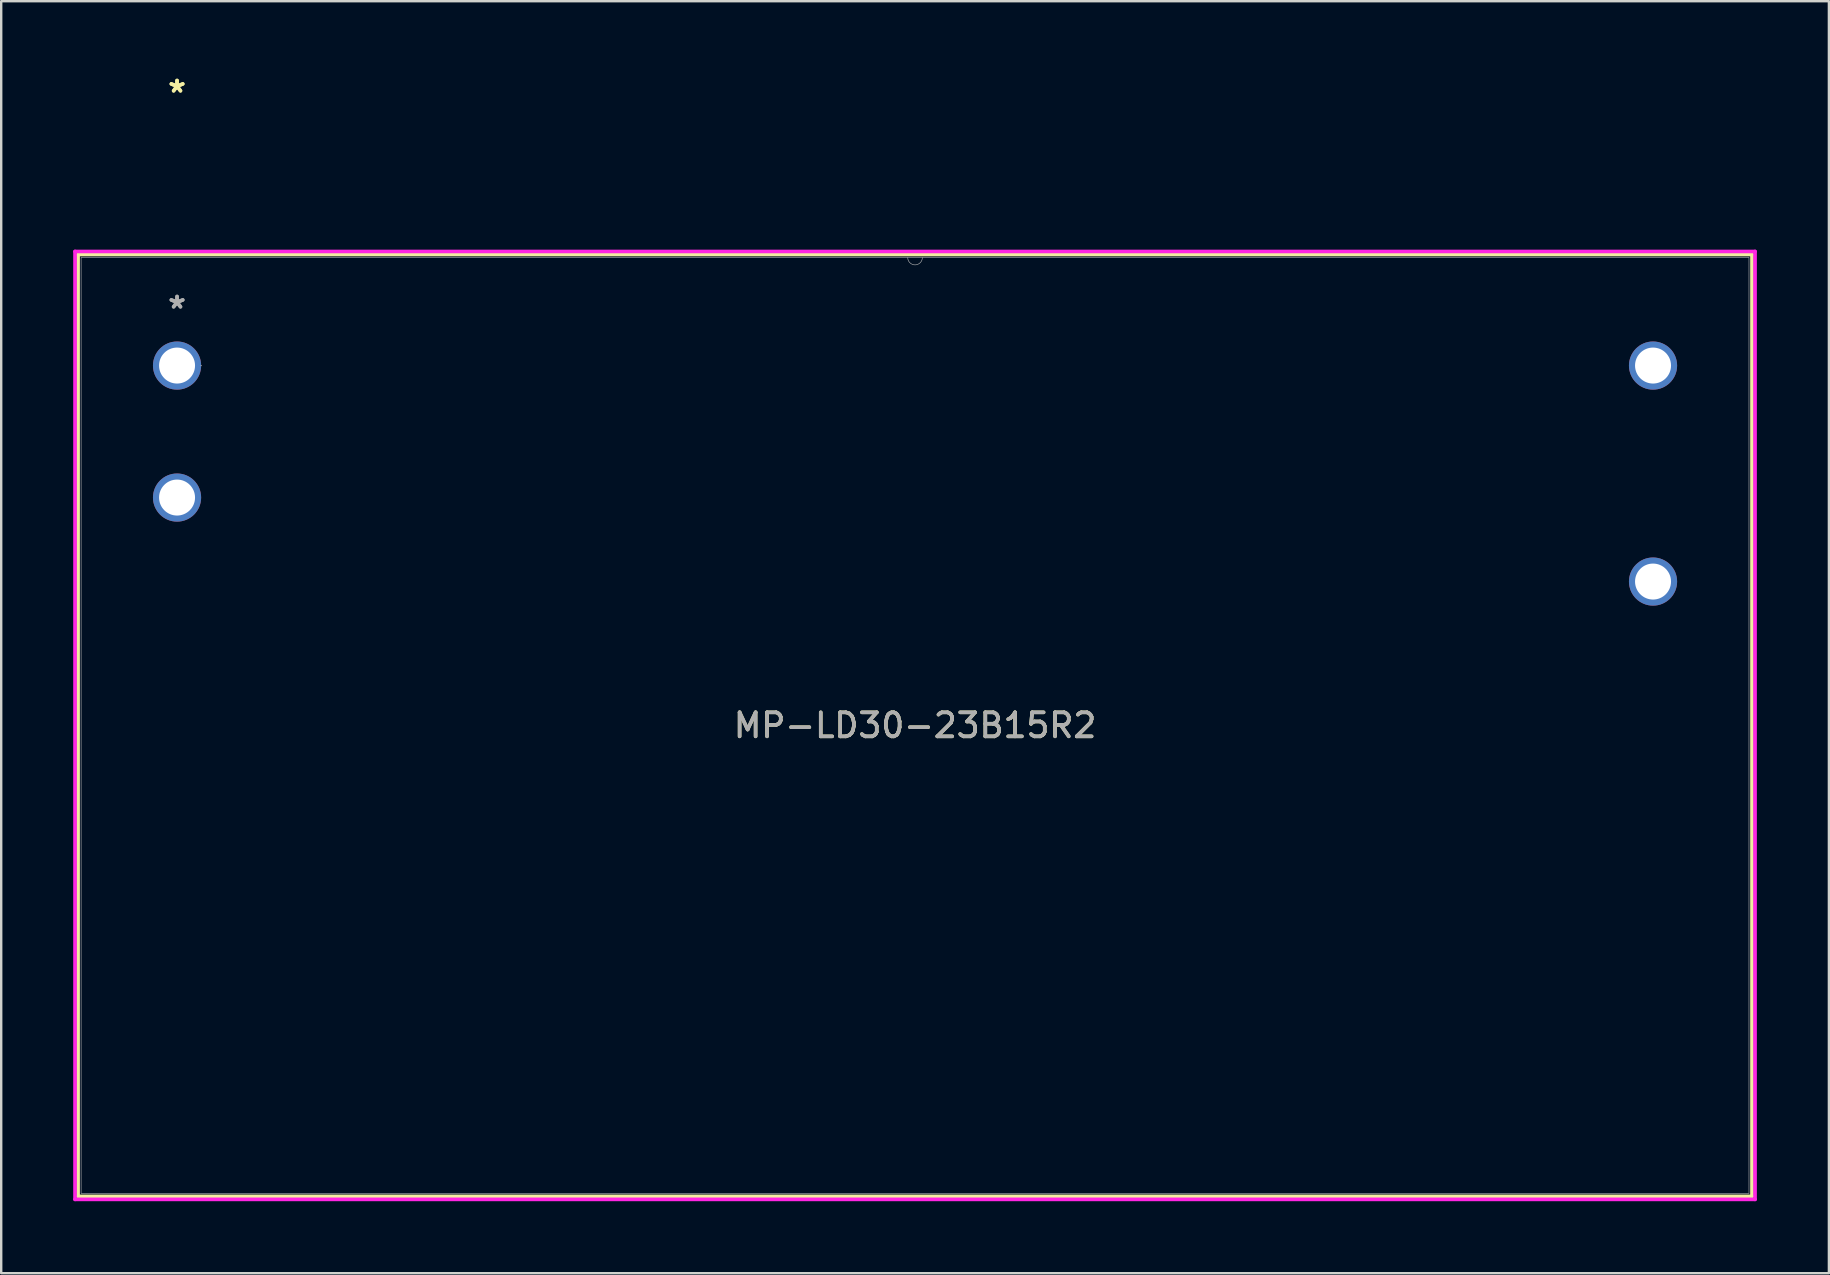
<source format=kicad_pcb>
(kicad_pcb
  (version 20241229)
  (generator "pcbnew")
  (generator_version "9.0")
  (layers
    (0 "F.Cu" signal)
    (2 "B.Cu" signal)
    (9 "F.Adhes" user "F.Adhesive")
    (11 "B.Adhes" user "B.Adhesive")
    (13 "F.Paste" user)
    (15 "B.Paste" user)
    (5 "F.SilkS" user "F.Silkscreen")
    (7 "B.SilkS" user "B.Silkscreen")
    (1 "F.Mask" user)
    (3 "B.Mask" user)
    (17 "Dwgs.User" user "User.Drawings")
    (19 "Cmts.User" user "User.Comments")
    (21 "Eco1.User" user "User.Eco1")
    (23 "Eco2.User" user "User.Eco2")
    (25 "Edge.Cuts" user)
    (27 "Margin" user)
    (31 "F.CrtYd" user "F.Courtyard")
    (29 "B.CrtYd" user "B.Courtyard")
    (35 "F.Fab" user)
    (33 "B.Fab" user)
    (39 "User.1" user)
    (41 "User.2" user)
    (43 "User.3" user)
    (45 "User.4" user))
  (footprint "MP-LD30-23B15R2"
    (layer "F.Cu")
    (at 4.327 12.182)
    (property "Reference" "MP-LD30-23B15R2" (at 30.75 14.994 0) (unlocked yes) (layer "F.SilkS") (effects (font (size 1 1) (thickness 0.15))))
    (attr through_hole)
    (fp_line (start -4.124 -4.627) (end -4.124 34.616) (stroke (width 0.152) (type solid)) (layer "F.SilkS"))
    (fp_line (start -4.124 34.616) (end 65.624 34.616) (stroke (width 0.152) (type solid)) (layer "F.SilkS"))
    (fp_line (start 65.624 -4.627) (end -4.124 -4.627) (stroke (width 0.152) (type solid)) (layer "F.SilkS"))
    (fp_line (start 65.624 34.616) (end 65.624 -4.627) (stroke (width 0.152) (type solid)) (layer "F.SilkS"))
    (fp_line (start -4.251 -4.754) (end 65.751 -4.754) (stroke (width 0.152) (type solid)) (layer "F.CrtYd"))
    (fp_line (start -4.251 34.743) (end -4.251 -4.754) (stroke (width 0.152) (type solid)) (layer "F.CrtYd"))
    (fp_line (start 65.751 -4.754) (end 65.751 34.743) (stroke (width 0.152) (type solid)) (layer "F.CrtYd"))
    (fp_line (start 65.751 34.743) (end -4.251 34.743) (stroke (width 0.152) (type solid)) (layer "F.CrtYd"))
    (fp_line (start -3.997 -4.5) (end -3.997 34.489) (stroke (width 0.025) (type solid)) (layer "F.Fab"))
    (fp_line (start -3.997 34.489) (end 65.497 34.489) (stroke (width 0.025) (type solid)) (layer "F.Fab"))
    (fp_line (start 65.497 -4.5) (end -3.997 -4.5) (stroke (width 0.025) (type solid)) (layer "F.Fab"))
    (fp_line (start 65.497 34.489) (end 65.497 -4.5) (stroke (width 0.025) (type solid)) (layer "F.Fab"))
    (fp_arc (start 31.054802 -4.500001) (mid 30.750002 -4.195201) (end 30.445202 -4.500001) (stroke (width 0.0254) (type solid)) (layer "F.Fab"))
    (fp_circle (center 1.003 0) (end 1.003 0) (stroke (width 0.025) (type solid)) (fill no) (layer "F.Fab"))
    (fp_text user "*" (at 0 -11.333 0) (layer "F.SilkS") (effects (font (size 1 1) (thickness 0.15))))
    (fp_text user "*" (at 0 -11.333 0) (unlocked yes) (layer "F.SilkS") (effects (font (size 1 1) (thickness 0.15))))
    (fp_text user "*" (at 0 -2.333 0) (layer "F.Fab") (effects (font (size 1 1) (thickness 0.15))))
    (fp_text user "${REFERENCE}" (at 30.75 14.994 0) (unlocked yes) (layer "F.Fab") (effects (font (size 1 1) (thickness 0.15))))
    (fp_text user "*" (at 0 -2.333 0) (unlocked yes) (layer "F.Fab") (effects (font (size 1 1) (thickness 0.15))))
    (pad "1" thru_hole circle (at 0 0) (size 2.007 2.007) (drill 1.499) (layers "*.Cu" "*.Mask"))
    (pad "2" thru_hole circle (at 0 5.5) (size 2.007 2.007) (drill 1.499) (layers "*.Cu" "*.Mask"))
    (pad "3" thru_hole circle (at 61.5 9) (size 2.007 2.007) (drill 1.499) (layers "*.Cu" "*.Mask"))
    (pad "4" thru_hole circle (at 61.5 0) (size 2.007 2.007) (drill 1.499) (layers "*.Cu" "*.Mask")))
  (gr_rect
    (start -3 -3)
    (end 73.155 50.001)
    (stroke (width 0.1) (type default))
    (fill no)
    (layer "Edge.Cuts")))
</source>
